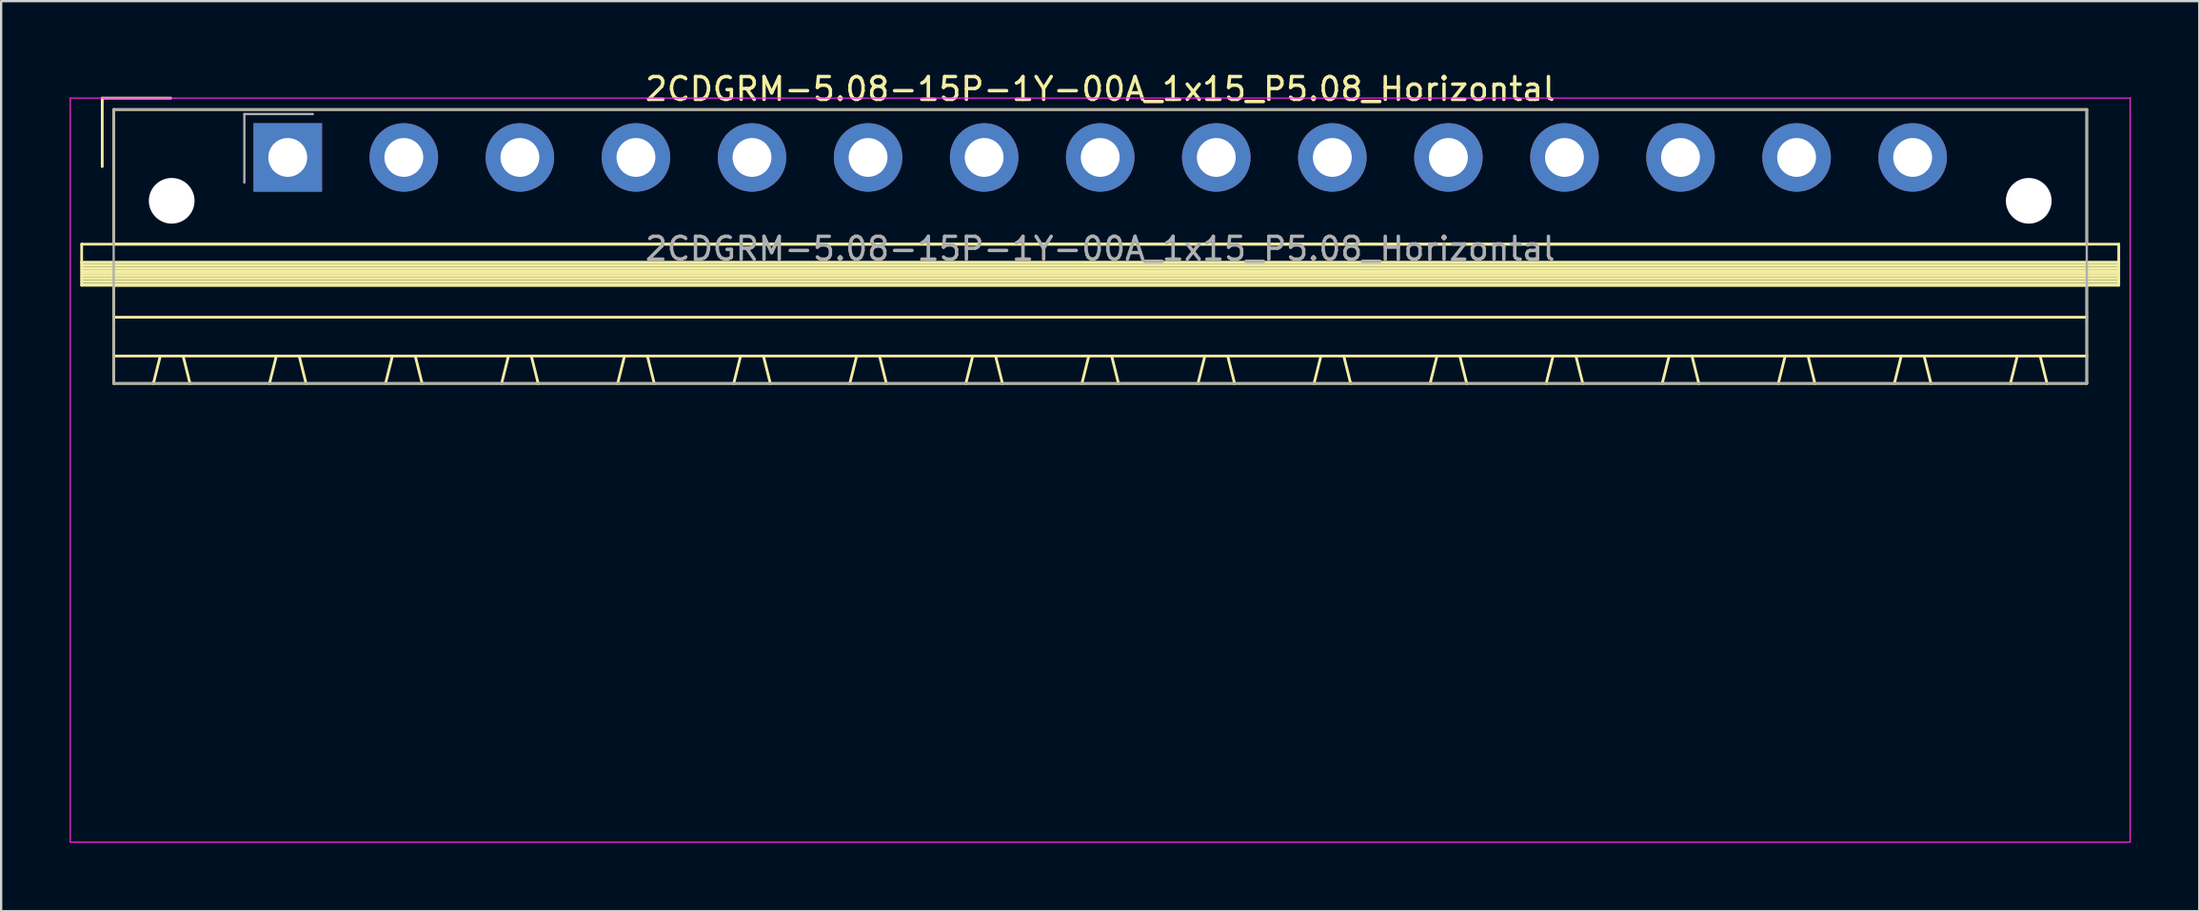
<source format=kicad_pcb>
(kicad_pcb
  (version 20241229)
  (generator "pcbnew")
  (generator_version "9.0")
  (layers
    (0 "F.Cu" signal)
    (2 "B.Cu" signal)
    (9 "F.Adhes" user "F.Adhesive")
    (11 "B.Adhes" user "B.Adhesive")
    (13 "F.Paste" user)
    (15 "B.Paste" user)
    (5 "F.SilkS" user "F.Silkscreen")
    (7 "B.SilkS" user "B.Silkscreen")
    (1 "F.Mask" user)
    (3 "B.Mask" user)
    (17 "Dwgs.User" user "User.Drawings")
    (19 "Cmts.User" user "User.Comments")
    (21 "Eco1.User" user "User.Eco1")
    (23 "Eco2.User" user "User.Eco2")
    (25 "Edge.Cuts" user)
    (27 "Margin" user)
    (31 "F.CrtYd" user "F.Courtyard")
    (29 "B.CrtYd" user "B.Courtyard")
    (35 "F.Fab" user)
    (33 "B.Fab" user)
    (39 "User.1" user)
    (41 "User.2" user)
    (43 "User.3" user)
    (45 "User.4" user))
  (footprint "2CDGRM-5.08-15P-1Y-00A_1x15_P5.08_Horizontal"
    (layer "F.Cu")
    (at 9.545 3.848)
    (property "Reference" "2CDGRM-5.08-15P-1Y-00A_1x15_P5.08_Horizontal" (at 35.56 -3 0) (layer "F.SilkS") (effects (font (size 1 1) (thickness 0.15))))
    (attr through_hole)
    (fp_line (start -9.02 3.8) (end -9.02 4.6) (stroke (width 0.12) (type solid)) (layer "F.SilkS"))
    (fp_line (start -9.02 4.6) (end -9.02 5.6) (stroke (width 0.12) (type solid)) (layer "F.SilkS"))
    (fp_line (start -9.02 4.6) (end 80.14 4.6) (stroke (width 0.12) (type solid)) (layer "F.SilkS"))
    (fp_line (start -9.02 4.72) (end 80.14 4.72) (stroke (width 0.12) (type solid)) (layer "F.SilkS"))
    (fp_line (start -9.02 4.84) (end 80.14 4.84) (stroke (width 0.12) (type solid)) (layer "F.SilkS"))
    (fp_line (start -9.02 4.96) (end 80.14 4.96) (stroke (width 0.12) (type solid)) (layer "F.SilkS"))
    (fp_line (start -9.02 5.08) (end 80.14 5.08) (stroke (width 0.12) (type solid)) (layer "F.SilkS"))
    (fp_line (start -9.02 5.2) (end 80.14 5.2) (stroke (width 0.12) (type solid)) (layer "F.SilkS"))
    (fp_line (start -9.02 5.32) (end 80.14 5.32) (stroke (width 0.12) (type solid)) (layer "F.SilkS"))
    (fp_line (start -9.02 5.44) (end 80.14 5.44) (stroke (width 0.12) (type solid)) (layer "F.SilkS"))
    (fp_line (start -9.02 5.56) (end 80.14 5.56) (stroke (width 0.12) (type solid)) (layer "F.SilkS"))
    (fp_line (start -9.02 5.6) (end 80.14 5.6) (stroke (width 0.12) (type solid)) (layer "F.SilkS"))
    (fp_line (start -8.12 -2.6) (end -8.12 0.4) (stroke (width 0.12) (type solid)) (layer "F.SilkS"))
    (fp_line (start -8.12 -2.6) (end -5.12 -2.6) (stroke (width 0.12) (type solid)) (layer "F.SilkS"))
    (fp_line (start -7.62 -2.1) (end -7.62 3.8) (stroke (width 0.12) (type solid)) (layer "F.SilkS"))
    (fp_line (start -7.62 3.8) (end 78.74 3.8) (stroke (width 0.12) (type solid)) (layer "F.SilkS"))
    (fp_line (start -7.62 5.6) (end -7.62 9.9) (stroke (width 0.12) (type solid)) (layer "F.SilkS"))
    (fp_line (start -7.62 7) (end 78.74 7) (stroke (width 0.12) (type solid)) (layer "F.SilkS"))
    (fp_line (start -7.62 8.7) (end 78.74 8.7) (stroke (width 0.12) (type solid)) (layer "F.SilkS"))
    (fp_line (start -7.62 9.9) (end 78.74 9.9) (stroke (width 0.12) (type solid)) (layer "F.SilkS"))
    (fp_line (start -5.58 8.7) (end -5.88 9.9) (stroke (width 0.12) (type solid)) (layer "F.SilkS"))
    (fp_line (start -4.58 8.7) (end -4.28 9.9) (stroke (width 0.12) (type solid)) (layer "F.SilkS"))
    (fp_line (start -0.5 8.7) (end -0.8 9.9) (stroke (width 0.12) (type solid)) (layer "F.SilkS"))
    (fp_line (start 0.5 8.7) (end 0.8 9.9) (stroke (width 0.12) (type solid)) (layer "F.SilkS"))
    (fp_line (start 4.58 8.7) (end 4.28 9.9) (stroke (width 0.12) (type solid)) (layer "F.SilkS"))
    (fp_line (start 5.58 8.7) (end 5.88 9.9) (stroke (width 0.12) (type solid)) (layer "F.SilkS"))
    (fp_line (start 9.66 8.7) (end 9.36 9.9) (stroke (width 0.12) (type solid)) (layer "F.SilkS"))
    (fp_line (start 10.66 8.7) (end 10.96 9.9) (stroke (width 0.12) (type solid)) (layer "F.SilkS"))
    (fp_line (start 14.74 8.7) (end 14.44 9.9) (stroke (width 0.12) (type solid)) (layer "F.SilkS"))
    (fp_line (start 15.74 8.7) (end 16.04 9.9) (stroke (width 0.12) (type solid)) (layer "F.SilkS"))
    (fp_line (start 19.82 8.7) (end 19.52 9.9) (stroke (width 0.12) (type solid)) (layer "F.SilkS"))
    (fp_line (start 20.82 8.7) (end 21.12 9.9) (stroke (width 0.12) (type solid)) (layer "F.SilkS"))
    (fp_line (start 24.9 8.7) (end 24.6 9.9) (stroke (width 0.12) (type solid)) (layer "F.SilkS"))
    (fp_line (start 25.9 8.7) (end 26.2 9.9) (stroke (width 0.12) (type solid)) (layer "F.SilkS"))
    (fp_line (start 29.98 8.7) (end 29.68 9.9) (stroke (width 0.12) (type solid)) (layer "F.SilkS"))
    (fp_line (start 30.98 8.7) (end 31.28 9.9) (stroke (width 0.12) (type solid)) (layer "F.SilkS"))
    (fp_line (start 35.06 8.7) (end 34.76 9.9) (stroke (width 0.12) (type solid)) (layer "F.SilkS"))
    (fp_line (start 36.06 8.7) (end 36.36 9.9) (stroke (width 0.12) (type solid)) (layer "F.SilkS"))
    (fp_line (start 40.14 8.7) (end 39.84 9.9) (stroke (width 0.12) (type solid)) (layer "F.SilkS"))
    (fp_line (start 41.14 8.7) (end 41.44 9.9) (stroke (width 0.12) (type solid)) (layer "F.SilkS"))
    (fp_line (start 45.22 8.7) (end 44.92 9.9) (stroke (width 0.12) (type solid)) (layer "F.SilkS"))
    (fp_line (start 46.22 8.7) (end 46.52 9.9) (stroke (width 0.12) (type solid)) (layer "F.SilkS"))
    (fp_line (start 50.3 8.7) (end 50 9.9) (stroke (width 0.12) (type solid)) (layer "F.SilkS"))
    (fp_line (start 51.3 8.7) (end 51.6 9.9) (stroke (width 0.12) (type solid)) (layer "F.SilkS"))
    (fp_line (start 55.38 8.7) (end 55.08 9.9) (stroke (width 0.12) (type solid)) (layer "F.SilkS"))
    (fp_line (start 56.38 8.7) (end 56.68 9.9) (stroke (width 0.12) (type solid)) (layer "F.SilkS"))
    (fp_line (start 60.46 8.7) (end 60.16 9.9) (stroke (width 0.12) (type solid)) (layer "F.SilkS"))
    (fp_line (start 61.46 8.7) (end 61.76 9.9) (stroke (width 0.12) (type solid)) (layer "F.SilkS"))
    (fp_line (start 65.54 8.7) (end 65.24 9.9) (stroke (width 0.12) (type solid)) (layer "F.SilkS"))
    (fp_line (start 66.54 8.7) (end 66.84 9.9) (stroke (width 0.12) (type solid)) (layer "F.SilkS"))
    (fp_line (start 70.62 8.7) (end 70.32 9.9) (stroke (width 0.12) (type solid)) (layer "F.SilkS"))
    (fp_line (start 71.62 8.7) (end 71.92 9.9) (stroke (width 0.12) (type solid)) (layer "F.SilkS"))
    (fp_line (start 75.7 8.7) (end 75.4 9.9) (stroke (width 0.12) (type solid)) (layer "F.SilkS"))
    (fp_line (start 76.7 8.7) (end 77 9.9) (stroke (width 0.12) (type solid)) (layer "F.SilkS"))
    (fp_line (start 78.74 -2.1) (end -7.62 -2.1) (stroke (width 0.12) (type solid)) (layer "F.SilkS"))
    (fp_line (start 78.74 3.8) (end 78.74 -2.1) (stroke (width 0.12) (type solid)) (layer "F.SilkS"))
    (fp_line (start 78.74 5.6) (end -7.62 5.6) (stroke (width 0.12) (type solid)) (layer "F.SilkS"))
    (fp_line (start 78.74 9.9) (end 78.74 5.6) (stroke (width 0.12) (type solid)) (layer "F.SilkS"))
    (fp_line (start 80.14 3.8) (end -9.02 3.8) (stroke (width 0.12) (type solid)) (layer "F.SilkS"))
    (fp_line (start 80.14 4.6) (end -9.02 4.6) (stroke (width 0.12) (type solid)) (layer "F.SilkS"))
    (fp_line (start 80.14 4.6) (end 80.14 3.8) (stroke (width 0.12) (type solid)) (layer "F.SilkS"))
    (fp_line (start 80.14 5.6) (end 80.14 4.6) (stroke (width 0.12) (type solid)) (layer "F.SilkS"))
    (fp_line (start -9.52 -2.6) (end -9.52 30) (stroke (width 0.05) (type solid)) (layer "F.CrtYd"))
    (fp_line (start -9.52 30) (end 80.64 30) (stroke (width 0.05) (type solid)) (layer "F.CrtYd"))
    (fp_line (start 80.64 -2.6) (end -9.52 -2.6) (stroke (width 0.05) (type solid)) (layer "F.CrtYd"))
    (fp_line (start 80.64 30) (end 80.64 -2.6) (stroke (width 0.05) (type solid)) (layer "F.CrtYd"))
    (fp_line (start -7.62 -2.1) (end -7.62 9.9) (stroke (width 0.1) (type solid)) (layer "F.Fab"))
    (fp_line (start -7.62 9.9) (end 78.74 9.9) (stroke (width 0.1) (type solid)) (layer "F.Fab"))
    (fp_line (start -1.9 -1.9) (end -1.9 1.1) (stroke (width 0.1) (type solid)) (layer "F.Fab"))
    (fp_line (start -1.9 -1.9) (end 1.1 -1.9) (stroke (width 0.1) (type solid)) (layer "F.Fab"))
    (fp_line (start 78.74 -2.1) (end -7.62 -2.1) (stroke (width 0.1) (type solid)) (layer "F.Fab"))
    (fp_line (start 78.74 9.9) (end 78.74 -2.1) (stroke (width 0.1) (type solid)) (layer "F.Fab"))
    (fp_text user "${REFERENCE}" (at 35.56 4 0) (layer "F.Fab") (effects (font (size 1 1) (thickness 0.15))))
    (pad "" np_thru_hole circle (at -5.08 1.9) (size 2 2) (drill 2) (layers "*.Cu" "*.Mask"))
    (pad "" np_thru_hole circle (at 76.2 1.9) (size 2 2) (drill 2) (layers "*.Cu" "*.Mask"))
    (pad "1" thru_hole rect (at 0 0) (size 3 3) (drill 1.7) (layers "*.Cu" "*.Mask"))
    (pad "2" thru_hole circle (at 5.08 0) (size 3 3) (drill 1.7) (layers "*.Cu" "*.Mask"))
    (pad "3" thru_hole circle (at 10.16 0) (size 3 3) (drill 1.7) (layers "*.Cu" "*.Mask"))
    (pad "4" thru_hole circle (at 15.24 0) (size 3 3) (drill 1.7) (layers "*.Cu" "*.Mask"))
    (pad "5" thru_hole circle (at 20.32 0) (size 3 3) (drill 1.7) (layers "*.Cu" "*.Mask"))
    (pad "6" thru_hole circle (at 25.4 0) (size 3 3) (drill 1.7) (layers "*.Cu" "*.Mask"))
    (pad "7" thru_hole circle (at 30.48 0) (size 3 3) (drill 1.7) (layers "*.Cu" "*.Mask"))
    (pad "8" thru_hole circle (at 35.56 0) (size 3 3) (drill 1.7) (layers "*.Cu" "*.Mask"))
    (pad "9" thru_hole circle (at 40.64 0) (size 3 3) (drill 1.7) (layers "*.Cu" "*.Mask"))
    (pad "10" thru_hole circle (at 45.72 0) (size 3 3) (drill 1.7) (layers "*.Cu" "*.Mask"))
    (pad "11" thru_hole circle (at 50.8 0) (size 3 3) (drill 1.7) (layers "*.Cu" "*.Mask"))
    (pad "12" thru_hole circle (at 55.88 0) (size 3 3) (drill 1.7) (layers "*.Cu" "*.Mask"))
    (pad "13" thru_hole circle (at 60.96 0) (size 3 3) (drill 1.7) (layers "*.Cu" "*.Mask"))
    (pad "14" thru_hole circle (at 66.04 0) (size 3 3) (drill 1.7) (layers "*.Cu" "*.Mask"))
    (pad "15" thru_hole circle (at 71.12 0) (size 3 3) (drill 1.7) (layers "*.Cu" "*.Mask")))
  (gr_rect
    (start -3 -3)
    (end 93.21 36.873)
    (stroke (width 0.1) (type default))
    (fill no)
    (layer "Edge.Cuts")))
</source>
